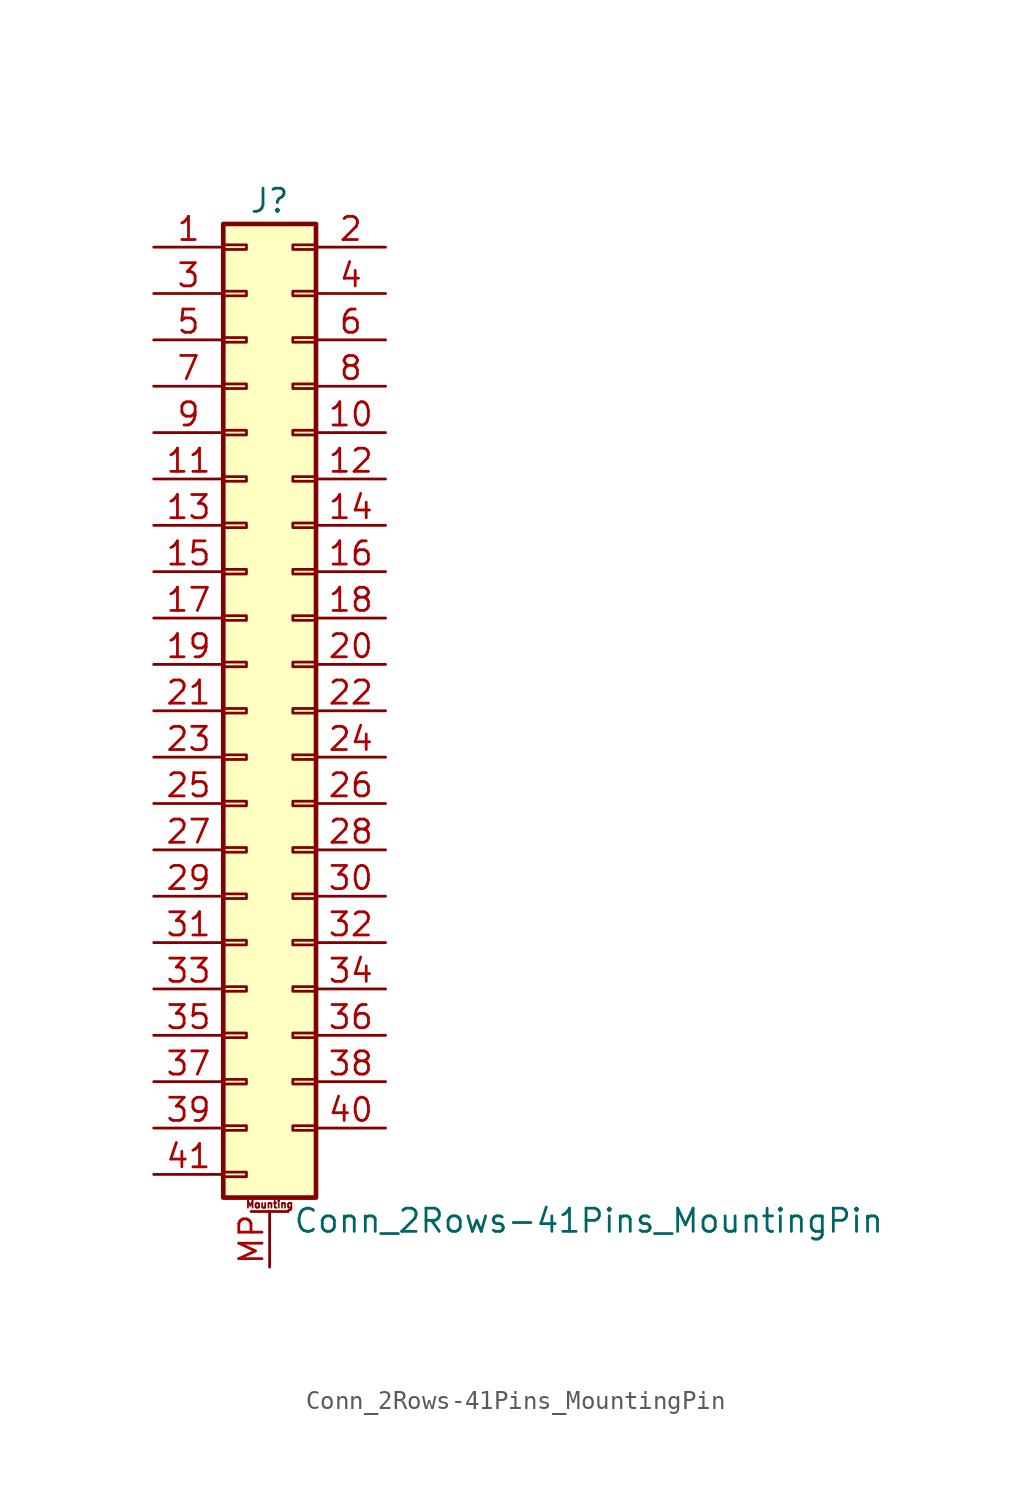
<source format=kicad_sym>
(kicad_symbol_lib
  (version 20220914)
  (generator kicad_symbol_editor)
  (symbol "Conn_2Rows-41Pins_MountingPin"
    (pin_names
      (offset 1.016) hide)
    (property "Reference" "J"
      (at 1.27 27.94 0)
      (effects (font (size 1.27 1.27))))
    (property "Value" "Conn_2Rows-41Pins_MountingPin"
      (at 2.54 -27.94 0)
      (effects (font (size 1.27 1.27)) (justify left)))
    (symbol "Conn_2Rows-41Pins_MountingPin_1_1"
      (rectangle (start -1.27 -25.273) (end 0 -25.527) (stroke (width 0.152) (type default)) (fill (type none)))
      (rectangle (start -1.27 -22.733) (end 0 -22.987) (stroke (width 0.152) (type default)) (fill (type none)))
      (rectangle (start -1.27 -20.193) (end 0 -20.447) (stroke (width 0.152) (type default)) (fill (type none)))
      (rectangle (start -1.27 -17.653) (end 0 -17.907) (stroke (width 0.152) (type default)) (fill (type none)))
      (rectangle (start -1.27 -15.113) (end 0 -15.367) (stroke (width 0.152) (type default)) (fill (type none)))
      (rectangle (start -1.27 -12.573) (end 0 -12.827) (stroke (width 0.152) (type default)) (fill (type none)))
      (rectangle (start -1.27 -10.033) (end 0 -10.287) (stroke (width 0.152) (type default)) (fill (type none)))
      (rectangle (start -1.27 -7.493) (end 0 -7.747) (stroke (width 0.152) (type default)) (fill (type none)))
      (rectangle (start -1.27 -4.953) (end 0 -5.207) (stroke (width 0.152) (type default)) (fill (type none)))
      (rectangle (start -1.27 -2.413) (end 0 -2.667) (stroke (width 0.152) (type default)) (fill (type none)))
      (rectangle (start -1.27 0.127) (end 0 -0.127) (stroke (width 0.152) (type default)) (fill (type none)))
      (rectangle (start -1.27 2.667) (end 0 2.413) (stroke (width 0.152) (type default)) (fill (type none)))
      (rectangle (start -1.27 5.207) (end 0 4.953) (stroke (width 0.152) (type default)) (fill (type none)))
      (rectangle (start -1.27 7.747) (end 0 7.493) (stroke (width 0.152) (type default)) (fill (type none)))
      (rectangle (start -1.27 10.287) (end 0 10.033) (stroke (width 0.152) (type default)) (fill (type none)))
      (rectangle (start -1.27 12.827) (end 0 12.573) (stroke (width 0.152) (type default)) (fill (type none)))
      (rectangle (start -1.27 15.367) (end 0 15.113) (stroke (width 0.152) (type default)) (fill (type none)))
      (rectangle (start -1.27 17.907) (end 0 17.653) (stroke (width 0.152) (type default)) (fill (type none)))
      (rectangle (start -1.27 20.447) (end 0 20.193) (stroke (width 0.152) (type default)) (fill (type none)))
      (rectangle (start -1.27 22.987) (end 0 22.733) (stroke (width 0.152) (type default)) (fill (type none)))
      (rectangle (start -1.27 25.527) (end 0 25.273) (stroke (width 0.152) (type default)) (fill (type none)))
      (rectangle (start -1.27 26.67) (end 3.81 -26.67) (stroke (width 0.254) (type default)) (fill (type background)))
      (polyline (pts (xy 0.254 -27.432) (xy 2.286 -27.432)) (stroke (width 0.152) (type default)) (fill (type none)))
      (rectangle (start 3.81 -22.733) (end 2.54 -22.987) (stroke (width 0.152) (type default)) (fill (type none)))
      (rectangle (start 3.81 -20.193) (end 2.54 -20.447) (stroke (width 0.152) (type default)) (fill (type none)))
      (rectangle (start 3.81 -17.653) (end 2.54 -17.907) (stroke (width 0.152) (type default)) (fill (type none)))
      (rectangle (start 3.81 -15.113) (end 2.54 -15.367) (stroke (width 0.152) (type default)) (fill (type none)))
      (rectangle (start 3.81 -12.573) (end 2.54 -12.827) (stroke (width 0.152) (type default)) (fill (type none)))
      (rectangle (start 3.81 -10.033) (end 2.54 -10.287) (stroke (width 0.152) (type default)) (fill (type none)))
      (rectangle (start 3.81 -7.493) (end 2.54 -7.747) (stroke (width 0.152) (type default)) (fill (type none)))
      (rectangle (start 3.81 -4.953) (end 2.54 -5.207) (stroke (width 0.152) (type default)) (fill (type none)))
      (rectangle (start 3.81 -2.413) (end 2.54 -2.667) (stroke (width 0.152) (type default)) (fill (type none)))
      (rectangle (start 3.81 0.127) (end 2.54 -0.127) (stroke (width 0.152) (type default)) (fill (type none)))
      (rectangle (start 3.81 2.667) (end 2.54 2.413) (stroke (width 0.152) (type default)) (fill (type none)))
      (rectangle (start 3.81 5.207) (end 2.54 4.953) (stroke (width 0.152) (type default)) (fill (type none)))
      (rectangle (start 3.81 7.747) (end 2.54 7.493) (stroke (width 0.152) (type default)) (fill (type none)))
      (rectangle (start 3.81 10.287) (end 2.54 10.033) (stroke (width 0.152) (type default)) (fill (type none)))
      (rectangle (start 3.81 12.827) (end 2.54 12.573) (stroke (width 0.152) (type default)) (fill (type none)))
      (rectangle (start 3.81 15.367) (end 2.54 15.113) (stroke (width 0.152) (type default)) (fill (type none)))
      (rectangle (start 3.81 17.907) (end 2.54 17.653) (stroke (width 0.152) (type default)) (fill (type none)))
      (rectangle (start 3.81 20.447) (end 2.54 20.193) (stroke (width 0.152) (type default)) (fill (type none)))
      (rectangle (start 3.81 22.987) (end 2.54 22.733) (stroke (width 0.152) (type default)) (fill (type none)))
      (rectangle (start 3.81 25.527) (end 2.54 25.273) (stroke (width 0.152) (type default)) (fill (type none)))
      (text "Mounting" (at 1.27 -27.051 0) (effects (font (size 0.381 0.381))))
      (pin passive line (at -5.08 25.4 0) (length 3.81) (name "Pin_1" (effects (font (size 1.27 1.27)))) (number "1" (effects (font (size 1.27 1.27)))))
      (pin passive line (at 7.62 15.24 180) (length 3.81) (name "Pin_10" (effects (font (size 1.27 1.27)))) (number "10" (effects (font (size 1.27 1.27)))))
      (pin passive line (at -5.08 12.7 0) (length 3.81) (name "Pin_11" (effects (font (size 1.27 1.27)))) (number "11" (effects (font (size 1.27 1.27)))))
      (pin passive line (at 7.62 12.7 180) (length 3.81) (name "Pin_12" (effects (font (size 1.27 1.27)))) (number "12" (effects (font (size 1.27 1.27)))))
      (pin passive line (at -5.08 10.16 0) (length 3.81) (name "Pin_13" (effects (font (size 1.27 1.27)))) (number "13" (effects (font (size 1.27 1.27)))))
      (pin passive line (at 7.62 10.16 180) (length 3.81) (name "Pin_14" (effects (font (size 1.27 1.27)))) (number "14" (effects (font (size 1.27 1.27)))))
      (pin passive line (at -5.08 7.62 0) (length 3.81) (name "Pin_15" (effects (font (size 1.27 1.27)))) (number "15" (effects (font (size 1.27 1.27)))))
      (pin passive line (at 7.62 7.62 180) (length 3.81) (name "Pin_16" (effects (font (size 1.27 1.27)))) (number "16" (effects (font (size 1.27 1.27)))))
      (pin passive line (at -5.08 5.08 0) (length 3.81) (name "Pin_17" (effects (font (size 1.27 1.27)))) (number "17" (effects (font (size 1.27 1.27)))))
      (pin passive line (at 7.62 5.08 180) (length 3.81) (name "Pin_18" (effects (font (size 1.27 1.27)))) (number "18" (effects (font (size 1.27 1.27)))))
      (pin passive line (at -5.08 2.54 0) (length 3.81) (name "Pin_19" (effects (font (size 1.27 1.27)))) (number "19" (effects (font (size 1.27 1.27)))))
      (pin passive line (at 7.62 25.4 180) (length 3.81) (name "Pin_2" (effects (font (size 1.27 1.27)))) (number "2" (effects (font (size 1.27 1.27)))))
      (pin passive line (at 7.62 2.54 180) (length 3.81) (name "Pin_20" (effects (font (size 1.27 1.27)))) (number "20" (effects (font (size 1.27 1.27)))))
      (pin passive line (at -5.08 0 0) (length 3.81) (name "Pin_21" (effects (font (size 1.27 1.27)))) (number "21" (effects (font (size 1.27 1.27)))))
      (pin passive line (at 7.62 0 180) (length 3.81) (name "Pin_22" (effects (font (size 1.27 1.27)))) (number "22" (effects (font (size 1.27 1.27)))))
      (pin passive line (at -5.08 -2.54 0) (length 3.81) (name "Pin_23" (effects (font (size 1.27 1.27)))) (number "23" (effects (font (size 1.27 1.27)))))
      (pin passive line (at 7.62 -2.54 180) (length 3.81) (name "Pin_24" (effects (font (size 1.27 1.27)))) (number "24" (effects (font (size 1.27 1.27)))))
      (pin passive line (at -5.08 -5.08 0) (length 3.81) (name "Pin_25" (effects (font (size 1.27 1.27)))) (number "25" (effects (font (size 1.27 1.27)))))
      (pin passive line (at 7.62 -5.08 180) (length 3.81) (name "Pin_26" (effects (font (size 1.27 1.27)))) (number "26" (effects (font (size 1.27 1.27)))))
      (pin passive line (at -5.08 -7.62 0) (length 3.81) (name "Pin_27" (effects (font (size 1.27 1.27)))) (number "27" (effects (font (size 1.27 1.27)))))
      (pin passive line (at 7.62 -7.62 180) (length 3.81) (name "Pin_28" (effects (font (size 1.27 1.27)))) (number "28" (effects (font (size 1.27 1.27)))))
      (pin passive line (at -5.08 -10.16 0) (length 3.81) (name "Pin_29" (effects (font (size 1.27 1.27)))) (number "29" (effects (font (size 1.27 1.27)))))
      (pin passive line (at -5.08 22.86 0) (length 3.81) (name "Pin_3" (effects (font (size 1.27 1.27)))) (number "3" (effects (font (size 1.27 1.27)))))
      (pin passive line (at 7.62 -10.16 180) (length 3.81) (name "Pin_30" (effects (font (size 1.27 1.27)))) (number "30" (effects (font (size 1.27 1.27)))))
      (pin passive line (at -5.08 -12.7 0) (length 3.81) (name "Pin_31" (effects (font (size 1.27 1.27)))) (number "31" (effects (font (size 1.27 1.27)))))
      (pin passive line (at 7.62 -12.7 180) (length 3.81) (name "Pin_32" (effects (font (size 1.27 1.27)))) (number "32" (effects (font (size 1.27 1.27)))))
      (pin passive line (at -5.08 -15.24 0) (length 3.81) (name "Pin_33" (effects (font (size 1.27 1.27)))) (number "33" (effects (font (size 1.27 1.27)))))
      (pin passive line (at 7.62 -15.24 180) (length 3.81) (name "Pin_34" (effects (font (size 1.27 1.27)))) (number "34" (effects (font (size 1.27 1.27)))))
      (pin passive line (at -5.08 -17.78 0) (length 3.81) (name "Pin_35" (effects (font (size 1.27 1.27)))) (number "35" (effects (font (size 1.27 1.27)))))
      (pin passive line (at 7.62 -17.78 180) (length 3.81) (name "Pin_36" (effects (font (size 1.27 1.27)))) (number "36" (effects (font (size 1.27 1.27)))))
      (pin passive line (at -5.08 -20.32 0) (length 3.81) (name "Pin_37" (effects (font (size 1.27 1.27)))) (number "37" (effects (font (size 1.27 1.27)))))
      (pin passive line (at 7.62 -20.32 180) (length 3.81) (name "Pin_38" (effects (font (size 1.27 1.27)))) (number "38" (effects (font (size 1.27 1.27)))))
      (pin passive line (at -5.08 -22.86 0) (length 3.81) (name "Pin_39" (effects (font (size 1.27 1.27)))) (number "39" (effects (font (size 1.27 1.27)))))
      (pin passive line (at 7.62 22.86 180) (length 3.81) (name "Pin_4" (effects (font (size 1.27 1.27)))) (number "4" (effects (font (size 1.27 1.27)))))
      (pin passive line (at 7.62 -22.86 180) (length 3.81) (name "Pin_40" (effects (font (size 1.27 1.27)))) (number "40" (effects (font (size 1.27 1.27)))))
      (pin passive line (at -5.08 -25.4 0) (length 3.81) (name "Pin_41" (effects (font (size 1.27 1.27)))) (number "41" (effects (font (size 1.27 1.27)))))
      (pin passive line (at -5.08 20.32 0) (length 3.81) (name "Pin_5" (effects (font (size 1.27 1.27)))) (number "5" (effects (font (size 1.27 1.27)))))
      (pin passive line (at 7.62 20.32 180) (length 3.81) (name "Pin_6" (effects (font (size 1.27 1.27)))) (number "6" (effects (font (size 1.27 1.27)))))
      (pin passive line (at -5.08 17.78 0) (length 3.81) (name "Pin_7" (effects (font (size 1.27 1.27)))) (number "7" (effects (font (size 1.27 1.27)))))
      (pin passive line (at 7.62 17.78 180) (length 3.81) (name "Pin_8" (effects (font (size 1.27 1.27)))) (number "8" (effects (font (size 1.27 1.27)))))
      (pin passive line (at -5.08 15.24 0) (length 3.81) (name "Pin_9" (effects (font (size 1.27 1.27)))) (number "9" (effects (font (size 1.27 1.27)))))
      (pin passive line (at 1.27 -30.48 90) (length 3.048) (name "MountPin" (effects (font (size 1.27 1.27)))) (number "MP" (effects (font (size 1.27 1.27))))))))
</source>
